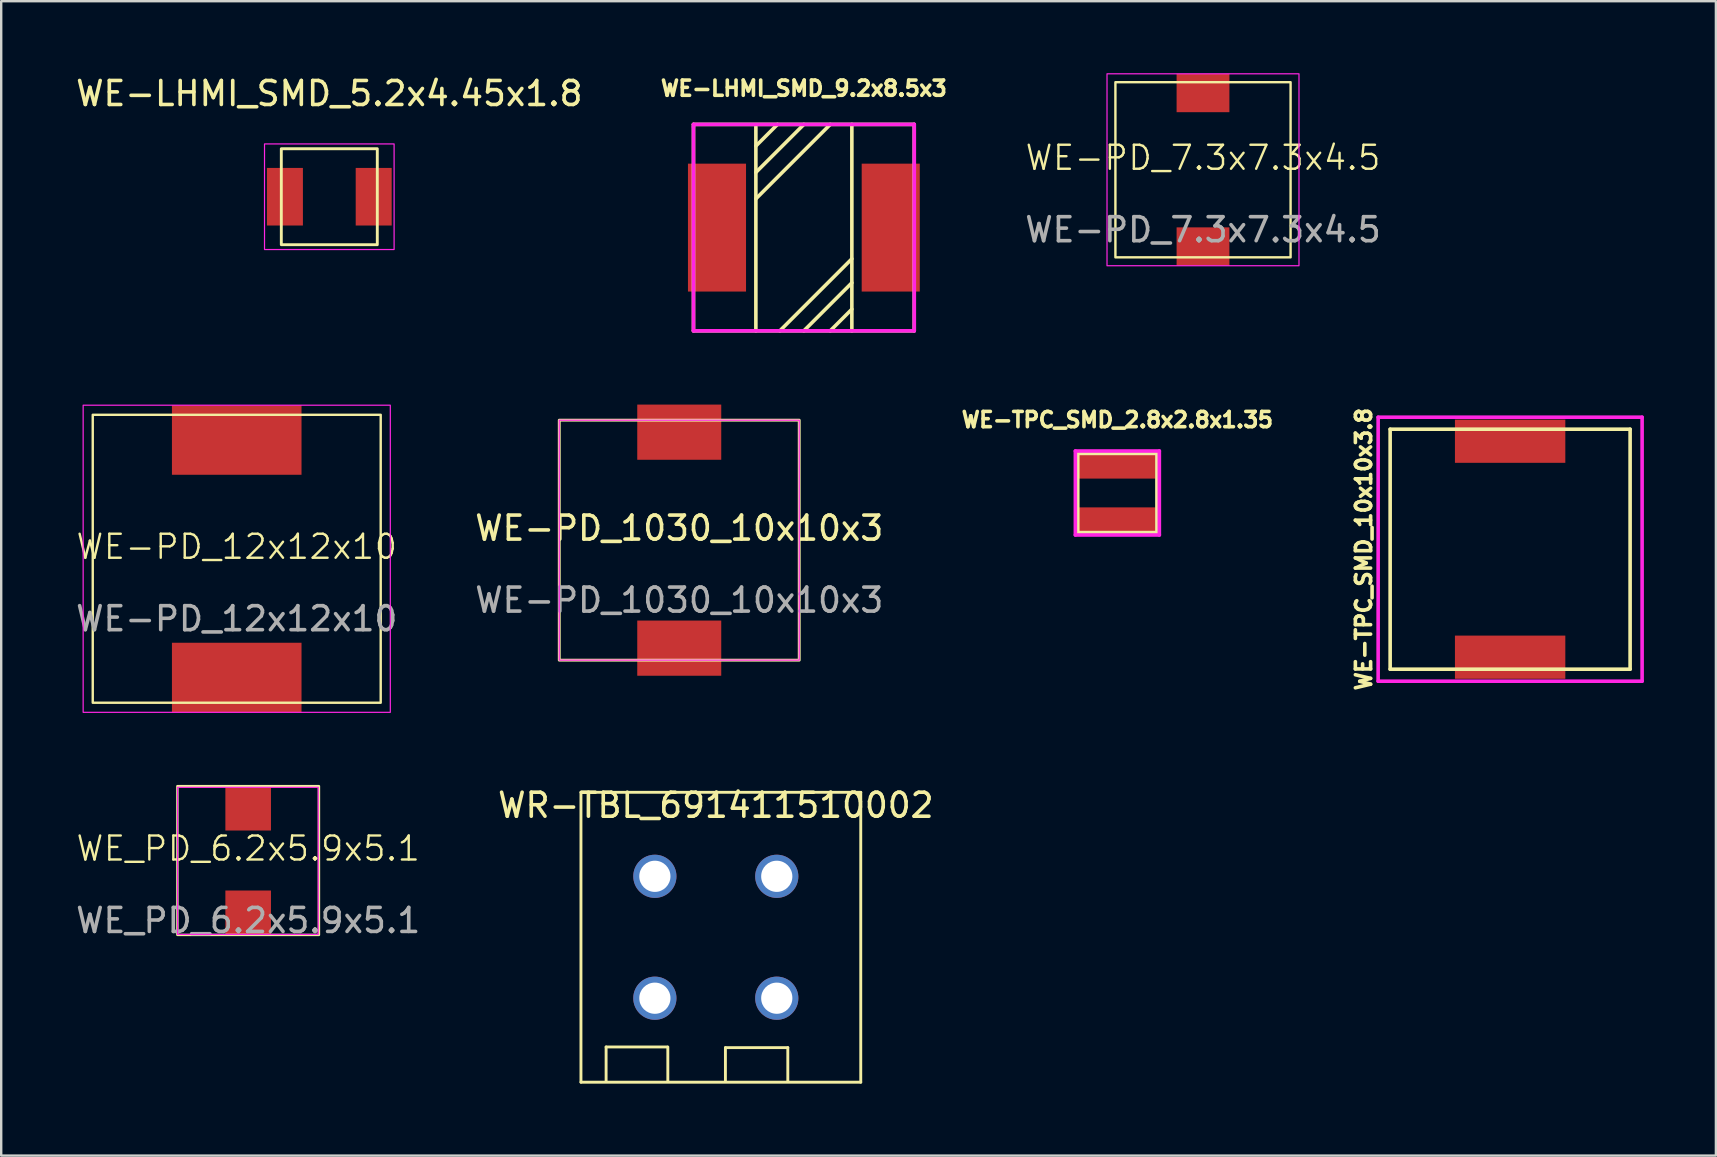
<source format=kicad_pcb>
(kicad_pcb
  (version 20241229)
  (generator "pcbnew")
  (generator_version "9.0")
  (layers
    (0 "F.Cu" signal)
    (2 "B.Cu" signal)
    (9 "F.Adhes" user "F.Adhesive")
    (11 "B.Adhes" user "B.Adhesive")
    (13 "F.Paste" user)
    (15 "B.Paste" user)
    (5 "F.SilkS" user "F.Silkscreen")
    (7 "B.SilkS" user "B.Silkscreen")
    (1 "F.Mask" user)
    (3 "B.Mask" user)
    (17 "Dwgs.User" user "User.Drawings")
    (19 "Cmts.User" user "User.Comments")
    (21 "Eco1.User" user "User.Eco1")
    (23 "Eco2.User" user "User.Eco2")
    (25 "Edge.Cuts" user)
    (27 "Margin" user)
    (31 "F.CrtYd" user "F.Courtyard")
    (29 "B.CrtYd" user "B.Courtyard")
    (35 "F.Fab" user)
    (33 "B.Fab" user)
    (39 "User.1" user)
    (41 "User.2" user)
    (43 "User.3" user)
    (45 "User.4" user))
  (footprint "WE-PD_1030_10x10x3"
    (layer "F.Cu")
    (at 25.256 19.46)
    (property "Reference" "WE-PD_1030_10x10x3" (at 0 -0.5 0) (unlocked yes) (layer "F.SilkS") (effects (font (size 1 1) (thickness 0.15))))
    (attr smd)
    (fp_rect (start -5 -5) (end 5 5) (stroke (width 0.12) (type solid)) (fill no) (layer "F.SilkS"))
    (fp_rect (start -5 -5) (end 5 5) (stroke (width 0.05) (type solid)) (fill no) (layer "F.CrtYd"))
    (fp_text user "${REFERENCE}" (at 0 2.5 0) (unlocked yes) (layer "F.Fab") (effects (font (size 1 1) (thickness 0.15))))
    (pad "1" smd rect (at 0 -4.5) (size 3.5 2.3) (layers "F.Cu" "F.Mask" "F.Paste"))
    (pad "2" smd rect (at 0 4.5) (size 3.5 2.3) (layers "F.Cu" "F.Mask" "F.Paste")))
  (footprint "WE-LHMI_SMD_5.2x4.45x1.8"
    (layer "F.Cu")
    (at 10.673 5.148)
    (property "Reference" "WE-LHMI_SMD_5.2x4.45x1.8" (at 0 -4.3 0) (unlocked yes) (layer "F.SilkS") (effects (font (size 1 1) (thickness 0.15))))
    (attr smd)
    (fp_rect (start -2 -2) (end 2 2) (stroke (width 0.12) (type solid)) (fill no) (layer "F.SilkS"))
    (fp_rect (start -2.7 -2.2) (end 2.7 2.2) (stroke (width 0.05) (type solid)) (fill no) (layer "F.CrtYd"))
    (pad "1" smd rect (at -1.85 0) (size 1.5 2.4) (layers "F.Cu" "F.Mask" "F.Paste"))
    (pad "2" smd rect (at 1.85 0) (size 1.5 2.4) (layers "F.Cu" "F.Mask" "F.Paste")))
  (footprint "WE-LHMI_SMD_9.2x8.5x3"
    (layer "F.Cu")
    (at 30.449 6.435)
    (property "Reference" "WE-LHMI_SMD_9.2x8.5x3" (at 0 -5.8 0) (layer "F.SilkS") (effects (font (size 0.635 0.635) (thickness 0.15))))
    (attr through_hole)
    (fp_line (start -4.6 -4.3) (end 4.6 -4.3) (stroke (width 0.15) (type solid)) (layer "F.SilkS"))
    (fp_line (start -4.6 4.3) (end -4.6 -4.3) (stroke (width 0.15) (type solid)) (layer "F.SilkS"))
    (fp_line (start -2 -4.2) (end -2 4.3) (stroke (width 0.15) (type solid)) (layer "F.SilkS"))
    (fp_line (start -1.1 -4.3) (end -2 -3.4) (stroke (width 0.15) (type solid)) (layer "F.SilkS"))
    (fp_line (start -1 4.3) (end 2 1.3) (stroke (width 0.15) (type solid)) (layer "F.SilkS"))
    (fp_line (start 0 -4.3) (end -2 -2.3) (stroke (width 0.15) (type solid)) (layer "F.SilkS"))
    (fp_line (start 0 4.3) (end 2 2.3) (stroke (width 0.15) (type solid)) (layer "F.SilkS"))
    (fp_line (start 1.1 -4.3) (end -2 -1.2) (stroke (width 0.15) (type solid)) (layer "F.SilkS"))
    (fp_line (start 1.1 4.3) (end 2 3.4) (stroke (width 0.15) (type solid)) (layer "F.SilkS"))
    (fp_line (start 2 -4.3) (end 2 4.3) (stroke (width 0.15) (type solid)) (layer "F.SilkS"))
    (fp_line (start 4.6 -4.3) (end 4.6 4.3) (stroke (width 0.15) (type solid)) (layer "F.SilkS"))
    (fp_line (start 4.6 4.3) (end -4.6 4.3) (stroke (width 0.15) (type solid)) (layer "F.SilkS"))
    (fp_line (start -4.6 -4.3) (end 4.6 -4.3) (stroke (width 0.15) (type solid)) (layer "F.CrtYd"))
    (fp_line (start -4.6 -4.2) (end -4.6 -4.3) (stroke (width 0.15) (type solid)) (layer "F.CrtYd"))
    (fp_line (start -4.6 4.3) (end -4.6 -4.2) (stroke (width 0.15) (type solid)) (layer "F.CrtYd"))
    (fp_line (start 4.6 -4.3) (end 4.6 4.3) (stroke (width 0.15) (type solid)) (layer "F.CrtYd"))
    (fp_line (start 4.6 4.3) (end -4.6 4.3) (stroke (width 0.15) (type solid)) (layer "F.CrtYd"))
    (pad "1" smd rect (at -3.62 0) (size 2.42 5.33) (layers "F.Cu" "F.Mask" "F.Paste"))
    (pad "2" smd rect (at 3.62 0) (size 2.42 5.33) (layers "F.Cu" "F.Mask" "F.Paste")))
  (footprint "WE-TPC_SMD_2.8x2.8x1.35"
    (layer "F.Cu")
    (at 43.513 17.494)
    (property "Reference" "WE-TPC_SMD_2.8x2.8x1.35" (at 0 -3.05 0) (layer "F.SilkS") (effects (font (size 0.635 0.635) (thickness 0.15))))
    (attr smd)
    (fp_line (start -1.65 -1.65) (end 1.65 -1.65) (stroke (width 0.15) (type solid)) (layer "F.SilkS"))
    (fp_line (start -1.65 1.65) (end -1.65 -1.65) (stroke (width 0.15) (type solid)) (layer "F.SilkS"))
    (fp_line (start 1.65 -1.65) (end 1.65 1.65) (stroke (width 0.15) (type solid)) (layer "F.SilkS"))
    (fp_line (start 1.65 1.65) (end -1.65 1.65) (stroke (width 0.15) (type solid)) (layer "F.SilkS"))
    (fp_line (start -1.75 -1.75) (end 1.75 -1.75) (stroke (width 0.15) (type solid)) (layer "F.CrtYd"))
    (fp_line (start -1.75 1.75) (end -1.75 -1.75) (stroke (width 0.15) (type solid)) (layer "F.CrtYd"))
    (fp_line (start 1.75 -1.75) (end 1.75 1.75) (stroke (width 0.15) (type solid)) (layer "F.CrtYd"))
    (fp_line (start 1.75 1.75) (end -1.75 1.75) (stroke (width 0.15) (type solid)) (layer "F.CrtYd"))
    (pad "1" smd rect (at 0 1.1) (size 3.2 1) (layers "F.Cu" "F.Mask" "F.Paste"))
    (pad "2" smd rect (at 0 -1.1) (size 3.2 1) (layers "F.Cu" "F.Mask" "F.Paste")))
  (footprint "WR-TBL_691411510002"
    (layer "F.Cu")
    (at 26.78 36.008)
    (property "Reference" "WR-TBL_691411510002" (at 0 -5.5 0) (layer "F.SilkS") (effects (font (size 1 1) (thickness 0.15))))
    (attr through_hole)
    (fp_line (start -5.62 -6.04) (end -5.62 6.04) (stroke (width 0.12) (type solid)) (layer "F.SilkS"))
    (fp_line (start -5.62 -6.04) (end 6.04 -6.04) (stroke (width 0.12) (type solid)) (layer "F.SilkS"))
    (fp_line (start -5.62 6.04) (end 6.04 6.04) (stroke (width 0.12) (type solid)) (layer "F.SilkS"))
    (fp_line (start -4.572 4.572) (end -2.032 4.572) (stroke (width 0.12) (type solid)) (layer "F.SilkS"))
    (fp_line (start -4.572 6) (end -4.572 4.572) (stroke (width 0.12) (type solid)) (layer "F.SilkS"))
    (fp_line (start -2 4.572) (end -2 6) (stroke (width 0.12) (type solid)) (layer "F.SilkS"))
    (fp_line (start 0.4 4.6) (end 0.4 6) (stroke (width 0.12) (type solid)) (layer "F.SilkS"))
    (fp_line (start 0.4 4.6) (end 3 4.6) (stroke (width 0.12) (type solid)) (layer "F.SilkS"))
    (fp_line (start 3 4.6) (end 3 6) (stroke (width 0.12) (type solid)) (layer "F.SilkS"))
    (fp_line (start 6.04 -6.04) (end 6.04 6.04) (stroke (width 0.12) (type solid)) (layer "F.SilkS"))
    (pad "1" thru_hole circle (at -2.54 -2.54) (size 1.8 1.8) (drill 1.3) (layers "*.Cu" "*.Mask"))
    (pad "1" thru_hole circle (at -2.54 2.54) (size 1.8 1.8) (drill 1.3) (layers "*.Cu" "*.Mask"))
    (pad "2" thru_hole circle (at 2.54 -2.54) (size 1.8 1.8) (drill 1.3) (layers "*.Cu" "*.Mask"))
    (pad "2" thru_hole circle (at 2.54 2.54) (size 1.8 1.8) (drill 1.3) (layers "*.Cu" "*.Mask")))
  (footprint "WE-PD_7.3x7.3x4.5"
    (layer "F.Cu")
    (at 47.082 4.025)
    (property "Reference" "WE-PD_7.3x7.3x4.5" (at 0 -0.5 0) (unlocked yes) (layer "F.SilkS") (effects (font (size 1 1) (thickness 0.1))))
    (attr smd)
    (fp_rect (start -3.65 -3.65) (end 3.65 3.65) (stroke (width 0.1) (type default)) (fill no) (layer "F.SilkS"))
    (fp_rect (start -4 -4) (end 4 4) (stroke (width 0.05) (type default)) (fill no) (layer "F.CrtYd"))
    (fp_text user "${REFERENCE}" (at 0 2.5 0) (unlocked yes) (layer "F.Fab") (effects (font (size 1 1) (thickness 0.15))))
    (pad "1" smd rect (at 0 -3.2) (size 2.2 1.6) (layers "F.Cu" "F.Mask" "F.Paste"))
    (pad "2" smd rect (at 0 3.2) (size 2.2 1.6) (layers "F.Cu" "F.Mask" "F.Paste")))
  (footprint "WE_PD_6.2x5.9x5.1"
    (layer "F.Cu")
    (at 7.292 32.81)
    (property "Reference" "WE_PD_6.2x5.9x5.1" (at 0 -0.5 0) (unlocked yes) (layer "F.SilkS") (effects (font (size 1 1) (thickness 0.1))))
    (attr through_hole)
    (fp_rect (start -2.95 -3.1) (end 2.95 3.1) (stroke (width 0.1) (type default)) (fill no) (layer "F.SilkS"))
    (fp_rect (start -2.94 -3.05) (end 2.92 3.08) (stroke (width 0.05) (type default)) (fill no) (layer "F.CrtYd"))
    (fp_text user "${REFERENCE}" (at 0 2.5 0) (unlocked yes) (layer "F.Fab") (effects (font (size 1 1) (thickness 0.15))))
    (pad "1" smd rect (at 0 -2.175) (size 1.9 1.85) (layers "F.Cu" "F.Mask" "F.Paste"))
    (pad "2" smd rect (at 0 2.175) (size 1.9 1.85) (layers "F.Cu" "F.Mask" "F.Paste")))
  (footprint "WE-TPC_SMD_10x10x3.8"
    (layer "F.Cu")
    (at 59.881 19.837)
    (property "Reference" "WE-TPC_SMD_10x10x3.8" (at -6.1 0 90) (layer "F.SilkS") (effects (font (size 0.635 0.635) (thickness 0.15))))
    (attr through_hole)
    (fp_line (start -5 -5) (end 5 -5) (stroke (width 0.15) (type solid)) (layer "F.SilkS"))
    (fp_line (start -5 5) (end -5 -5) (stroke (width 0.15) (type solid)) (layer "F.SilkS"))
    (fp_line (start 5 -5) (end 5 5) (stroke (width 0.15) (type solid)) (layer "F.SilkS"))
    (fp_line (start 5 5) (end -5 5) (stroke (width 0.15) (type solid)) (layer "F.SilkS"))
    (fp_line (start -5.5 -5.5) (end 5.5 -5.5) (stroke (width 0.15) (type solid)) (layer "F.CrtYd"))
    (fp_line (start -5.5 5.5) (end -5.5 -5.5) (stroke (width 0.15) (type solid)) (layer "F.CrtYd"))
    (fp_line (start 5.5 -5.5) (end 5.5 5.5) (stroke (width 0.15) (type solid)) (layer "F.CrtYd"))
    (fp_line (start 5.5 5.5) (end -5.5 5.5) (stroke (width 0.15) (type solid)) (layer "F.CrtYd"))
    (pad "1" smd rect (at 0 4.5) (size 4.6 1.8) (layers "F.Cu" "F.Mask" "F.Paste"))
    (pad "2" smd rect (at 0 -4.5) (size 4.6 1.8) (layers "F.Cu" "F.Mask" "F.Paste")))
  (footprint "WE-PD_12x12x10"
    (layer "F.Cu")
    (at 6.815 20.235)
    (property "Reference" "WE-PD_12x12x10" (at 0 -0.5 0) (unlocked yes) (layer "F.SilkS") (effects (font (size 1 1) (thickness 0.1))))
    (attr smd)
    (fp_rect (start -6 -6) (end 6 6) (stroke (width 0.1) (type default)) (fill no) (layer "F.SilkS"))
    (fp_rect (start -6.4 -6.4) (end 6.4 6.4) (stroke (width 0.05) (type default)) (fill no) (layer "F.CrtYd"))
    (fp_text user "${REFERENCE}" (at 0 2.5 0) (unlocked yes) (layer "F.Fab") (effects (font (size 1 1) (thickness 0.15))))
    (pad "1" smd rect (at 0 -4.95) (size 5.4 2.9) (layers "F.Cu" "F.Mask" "F.Paste"))
    (pad "2" smd rect (at 0 4.95) (size 5.4 2.9) (layers "F.Cu" "F.Mask" "F.Paste")))
  (gr_rect
    (start -3 -3)
    (end 68.456 45.108)
    (stroke (width 0.1) (type default))
    (fill no)
    (layer "Edge.Cuts")))
</source>
